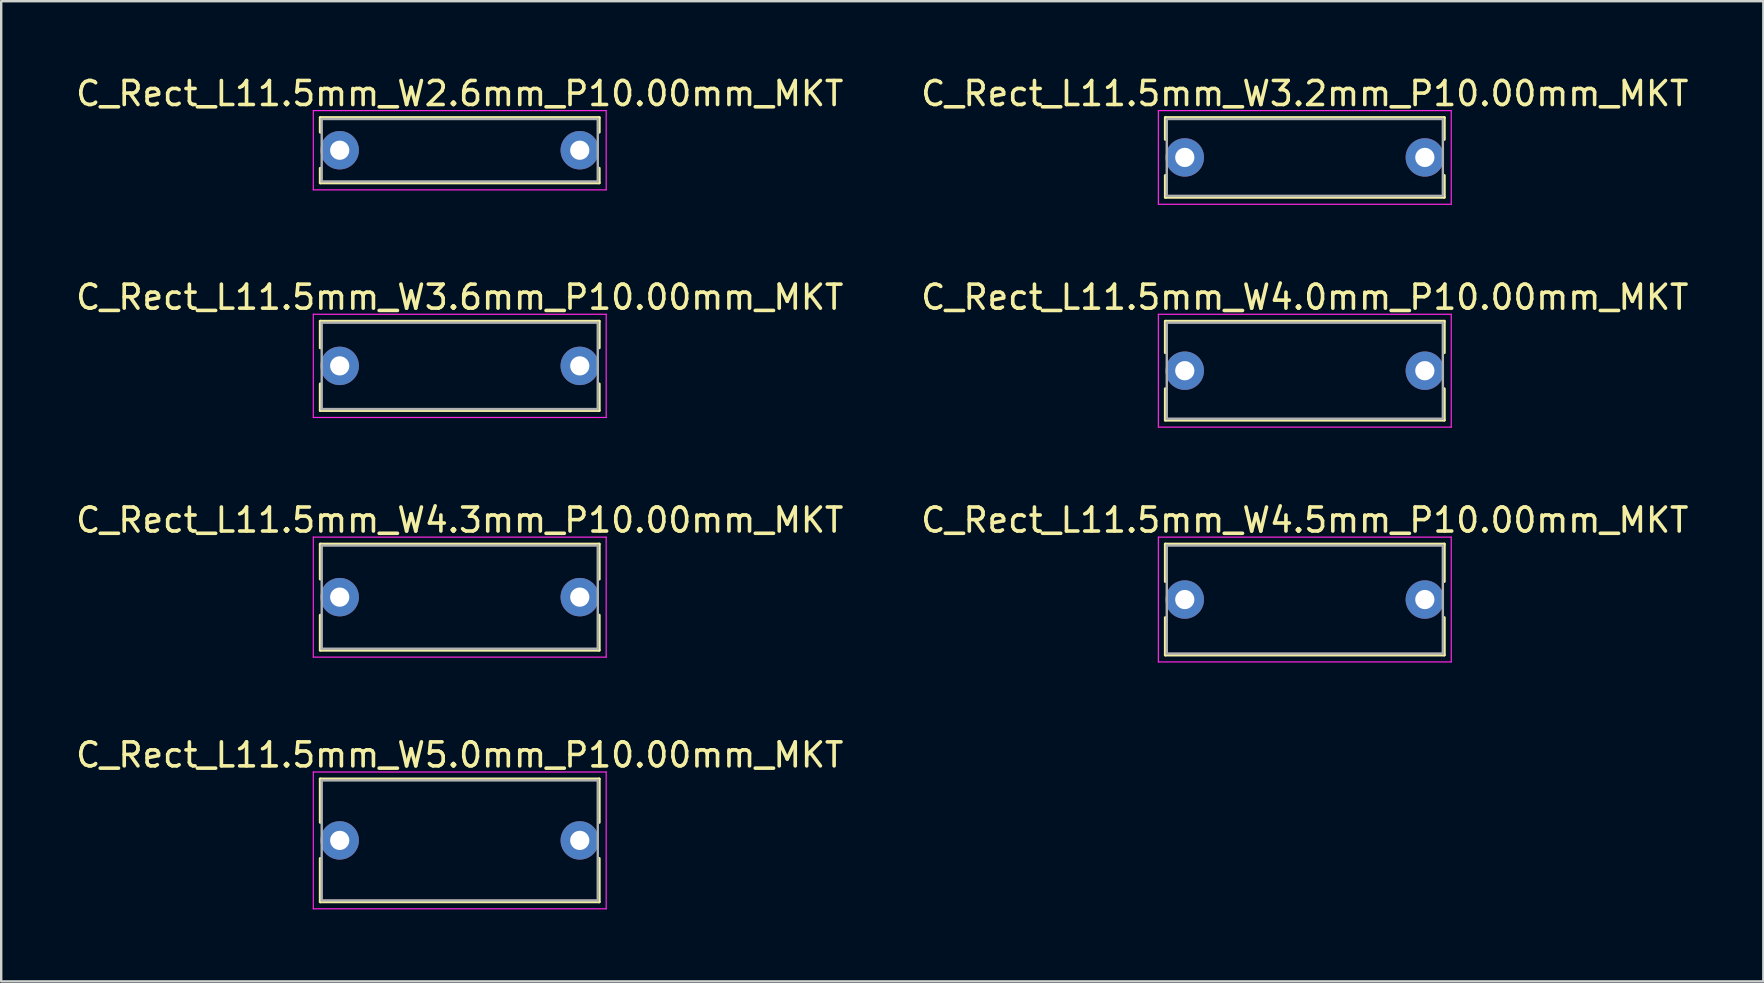
<source format=kicad_pcb>
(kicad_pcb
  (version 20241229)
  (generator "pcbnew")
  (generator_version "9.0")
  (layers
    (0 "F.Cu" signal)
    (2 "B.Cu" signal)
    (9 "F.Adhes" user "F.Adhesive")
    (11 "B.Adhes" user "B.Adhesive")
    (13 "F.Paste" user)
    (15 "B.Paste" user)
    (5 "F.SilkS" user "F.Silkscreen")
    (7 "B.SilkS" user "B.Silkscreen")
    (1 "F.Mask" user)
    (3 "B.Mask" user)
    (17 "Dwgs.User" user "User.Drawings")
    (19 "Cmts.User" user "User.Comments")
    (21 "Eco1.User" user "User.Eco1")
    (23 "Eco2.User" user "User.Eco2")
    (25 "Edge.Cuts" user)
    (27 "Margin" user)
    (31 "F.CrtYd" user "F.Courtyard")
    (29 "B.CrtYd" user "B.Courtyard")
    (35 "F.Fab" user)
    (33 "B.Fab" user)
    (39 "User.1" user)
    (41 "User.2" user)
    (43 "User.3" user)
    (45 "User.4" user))
  (footprint "C_Rect_L11.5mm_W2.6mm_P10.00mm_MKT"
    (layer "F.Cu")
    (at 11.101 3.208)
    (property "Reference" "C_Rect_L11.5mm_W2.6mm_P10.00mm_MKT" (at 5 -2.36 0) (layer "F.SilkS") (effects (font (size 1 1) (thickness 0.15))))
    (attr through_hole)
    (fp_line (start -0.81 -1.36) (end -0.81 -0.75) (stroke (width 0.12) (type solid)) (layer "F.SilkS"))
    (fp_line (start -0.81 -1.36) (end 10.81 -1.36) (stroke (width 0.12) (type solid)) (layer "F.SilkS"))
    (fp_line (start -0.81 0.75) (end -0.81 1.36) (stroke (width 0.12) (type solid)) (layer "F.SilkS"))
    (fp_line (start -0.81 1.36) (end 10.81 1.36) (stroke (width 0.12) (type solid)) (layer "F.SilkS"))
    (fp_line (start 10.81 -1.36) (end 10.81 -0.75) (stroke (width 0.12) (type solid)) (layer "F.SilkS"))
    (fp_line (start 10.81 0.75) (end 10.81 1.36) (stroke (width 0.12) (type solid)) (layer "F.SilkS"))
    (fp_line (start -1.1 -1.65) (end -1.1 1.65) (stroke (width 0.05) (type solid)) (layer "F.CrtYd"))
    (fp_line (start -1.1 1.65) (end 11.1 1.65) (stroke (width 0.05) (type solid)) (layer "F.CrtYd"))
    (fp_line (start 11.1 -1.65) (end -1.1 -1.65) (stroke (width 0.05) (type solid)) (layer "F.CrtYd"))
    (fp_line (start 11.1 1.65) (end 11.1 -1.65) (stroke (width 0.05) (type solid)) (layer "F.CrtYd"))
    (fp_line (start -0.75 -1.3) (end -0.75 1.3) (stroke (width 0.1) (type solid)) (layer "F.Fab"))
    (fp_line (start -0.75 1.3) (end 10.75 1.3) (stroke (width 0.1) (type solid)) (layer "F.Fab"))
    (fp_line (start 10.75 -1.3) (end -0.75 -1.3) (stroke (width 0.1) (type solid)) (layer "F.Fab"))
    (fp_line (start 10.75 1.3) (end 10.75 -1.3) (stroke (width 0.1) (type solid)) (layer "F.Fab"))
    (pad "1" thru_hole circle (at 0 0) (size 1.6 1.6) (drill 0.8) (layers "*.Cu" "*.Mask"))
    (pad "2" thru_hole circle (at 10 0) (size 1.6 1.6) (drill 0.8) (layers "*.Cu" "*.Mask")))
  (footprint "C_Rect_L11.5mm_W5.0mm_P10.00mm_MKT"
    (layer "F.Cu")
    (at 11.101 31.958)
    (property "Reference" "C_Rect_L11.5mm_W5.0mm_P10.00mm_MKT" (at 5 -3.56 0) (layer "F.SilkS") (effects (font (size 1 1) (thickness 0.15))))
    (attr through_hole)
    (fp_line (start -0.81 -2.56) (end -0.81 -0.75) (stroke (width 0.12) (type solid)) (layer "F.SilkS"))
    (fp_line (start -0.81 -2.56) (end 10.81 -2.56) (stroke (width 0.12) (type solid)) (layer "F.SilkS"))
    (fp_line (start -0.81 0.75) (end -0.81 2.56) (stroke (width 0.12) (type solid)) (layer "F.SilkS"))
    (fp_line (start -0.81 2.56) (end 10.81 2.56) (stroke (width 0.12) (type solid)) (layer "F.SilkS"))
    (fp_line (start 10.81 -2.56) (end 10.81 -0.75) (stroke (width 0.12) (type solid)) (layer "F.SilkS"))
    (fp_line (start 10.81 0.75) (end 10.81 2.56) (stroke (width 0.12) (type solid)) (layer "F.SilkS"))
    (fp_line (start -1.1 -2.85) (end -1.1 2.85) (stroke (width 0.05) (type solid)) (layer "F.CrtYd"))
    (fp_line (start -1.1 2.85) (end 11.1 2.85) (stroke (width 0.05) (type solid)) (layer "F.CrtYd"))
    (fp_line (start 11.1 -2.85) (end -1.1 -2.85) (stroke (width 0.05) (type solid)) (layer "F.CrtYd"))
    (fp_line (start 11.1 2.85) (end 11.1 -2.85) (stroke (width 0.05) (type solid)) (layer "F.CrtYd"))
    (fp_line (start -0.75 -2.5) (end -0.75 2.5) (stroke (width 0.1) (type solid)) (layer "F.Fab"))
    (fp_line (start -0.75 2.5) (end 10.75 2.5) (stroke (width 0.1) (type solid)) (layer "F.Fab"))
    (fp_line (start 10.75 -2.5) (end -0.75 -2.5) (stroke (width 0.1) (type solid)) (layer "F.Fab"))
    (fp_line (start 10.75 2.5) (end 10.75 -2.5) (stroke (width 0.1) (type solid)) (layer "F.Fab"))
    (pad "1" thru_hole circle (at 0 0) (size 1.6 1.6) (drill 0.8) (layers "*.Cu" "*.Mask"))
    (pad "2" thru_hole circle (at 10 0) (size 1.6 1.6) (drill 0.8) (layers "*.Cu" "*.Mask")))
  (footprint "C_Rect_L11.5mm_W4.3mm_P10.00mm_MKT"
    (layer "F.Cu")
    (at 11.101 21.825)
    (property "Reference" "C_Rect_L11.5mm_W4.3mm_P10.00mm_MKT" (at 5 -3.21 0) (layer "F.SilkS") (effects (font (size 1 1) (thickness 0.15))))
    (attr through_hole)
    (fp_line (start -0.81 -2.21) (end -0.81 -0.75) (stroke (width 0.12) (type solid)) (layer "F.SilkS"))
    (fp_line (start -0.81 -2.21) (end 10.81 -2.21) (stroke (width 0.12) (type solid)) (layer "F.SilkS"))
    (fp_line (start -0.81 0.75) (end -0.81 2.21) (stroke (width 0.12) (type solid)) (layer "F.SilkS"))
    (fp_line (start -0.81 2.21) (end 10.81 2.21) (stroke (width 0.12) (type solid)) (layer "F.SilkS"))
    (fp_line (start 10.81 -2.21) (end 10.81 -0.75) (stroke (width 0.12) (type solid)) (layer "F.SilkS"))
    (fp_line (start 10.81 0.75) (end 10.81 2.21) (stroke (width 0.12) (type solid)) (layer "F.SilkS"))
    (fp_line (start -1.1 -2.5) (end -1.1 2.5) (stroke (width 0.05) (type solid)) (layer "F.CrtYd"))
    (fp_line (start -1.1 2.5) (end 11.1 2.5) (stroke (width 0.05) (type solid)) (layer "F.CrtYd"))
    (fp_line (start 11.1 -2.5) (end -1.1 -2.5) (stroke (width 0.05) (type solid)) (layer "F.CrtYd"))
    (fp_line (start 11.1 2.5) (end 11.1 -2.5) (stroke (width 0.05) (type solid)) (layer "F.CrtYd"))
    (fp_line (start -0.75 -2.15) (end -0.75 2.15) (stroke (width 0.1) (type solid)) (layer "F.Fab"))
    (fp_line (start -0.75 2.15) (end 10.75 2.15) (stroke (width 0.1) (type solid)) (layer "F.Fab"))
    (fp_line (start 10.75 -2.15) (end -0.75 -2.15) (stroke (width 0.1) (type solid)) (layer "F.Fab"))
    (fp_line (start 10.75 2.15) (end 10.75 -2.15) (stroke (width 0.1) (type solid)) (layer "F.Fab"))
    (pad "1" thru_hole circle (at 0 0) (size 1.6 1.6) (drill 0.8) (layers "*.Cu" "*.Mask"))
    (pad "2" thru_hole circle (at 10 0) (size 1.6 1.6) (drill 0.8) (layers "*.Cu" "*.Mask")))
  (footprint "C_Rect_L11.5mm_W4.0mm_P10.00mm_MKT"
    (layer "F.Cu")
    (at 46.304 12.392)
    (property "Reference" "C_Rect_L11.5mm_W4.0mm_P10.00mm_MKT" (at 5 -3.06 0) (layer "F.SilkS") (effects (font (size 1 1) (thickness 0.15))))
    (attr through_hole)
    (fp_line (start -0.81 -2.06) (end -0.81 -0.75) (stroke (width 0.12) (type solid)) (layer "F.SilkS"))
    (fp_line (start -0.81 -2.06) (end 10.81 -2.06) (stroke (width 0.12) (type solid)) (layer "F.SilkS"))
    (fp_line (start -0.81 0.75) (end -0.81 2.06) (stroke (width 0.12) (type solid)) (layer "F.SilkS"))
    (fp_line (start -0.81 2.06) (end 10.81 2.06) (stroke (width 0.12) (type solid)) (layer "F.SilkS"))
    (fp_line (start 10.81 -2.06) (end 10.81 -0.75) (stroke (width 0.12) (type solid)) (layer "F.SilkS"))
    (fp_line (start 10.81 0.75) (end 10.81 2.06) (stroke (width 0.12) (type solid)) (layer "F.SilkS"))
    (fp_line (start -1.1 -2.35) (end -1.1 2.35) (stroke (width 0.05) (type solid)) (layer "F.CrtYd"))
    (fp_line (start -1.1 2.35) (end 11.1 2.35) (stroke (width 0.05) (type solid)) (layer "F.CrtYd"))
    (fp_line (start 11.1 -2.35) (end -1.1 -2.35) (stroke (width 0.05) (type solid)) (layer "F.CrtYd"))
    (fp_line (start 11.1 2.35) (end 11.1 -2.35) (stroke (width 0.05) (type solid)) (layer "F.CrtYd"))
    (fp_line (start -0.75 -2) (end -0.75 2) (stroke (width 0.1) (type solid)) (layer "F.Fab"))
    (fp_line (start -0.75 2) (end 10.75 2) (stroke (width 0.1) (type solid)) (layer "F.Fab"))
    (fp_line (start 10.75 -2) (end -0.75 -2) (stroke (width 0.1) (type solid)) (layer "F.Fab"))
    (fp_line (start 10.75 2) (end 10.75 -2) (stroke (width 0.1) (type solid)) (layer "F.Fab"))
    (pad "1" thru_hole circle (at 0 0) (size 1.6 1.6) (drill 0.8) (layers "*.Cu" "*.Mask"))
    (pad "2" thru_hole circle (at 10 0) (size 1.6 1.6) (drill 0.8) (layers "*.Cu" "*.Mask")))
  (footprint "C_Rect_L11.5mm_W4.5mm_P10.00mm_MKT"
    (layer "F.Cu")
    (at 46.304 21.925)
    (property "Reference" "C_Rect_L11.5mm_W4.5mm_P10.00mm_MKT" (at 5 -3.31 0) (layer "F.SilkS") (effects (font (size 1 1) (thickness 0.15))))
    (attr through_hole)
    (fp_line (start -0.81 -2.31) (end -0.81 -0.75) (stroke (width 0.12) (type solid)) (layer "F.SilkS"))
    (fp_line (start -0.81 -2.31) (end 10.81 -2.31) (stroke (width 0.12) (type solid)) (layer "F.SilkS"))
    (fp_line (start -0.81 0.75) (end -0.81 2.31) (stroke (width 0.12) (type solid)) (layer "F.SilkS"))
    (fp_line (start -0.81 2.31) (end 10.81 2.31) (stroke (width 0.12) (type solid)) (layer "F.SilkS"))
    (fp_line (start 10.81 -2.31) (end 10.81 -0.75) (stroke (width 0.12) (type solid)) (layer "F.SilkS"))
    (fp_line (start 10.81 0.75) (end 10.81 2.31) (stroke (width 0.12) (type solid)) (layer "F.SilkS"))
    (fp_line (start -1.1 -2.6) (end -1.1 2.6) (stroke (width 0.05) (type solid)) (layer "F.CrtYd"))
    (fp_line (start -1.1 2.6) (end 11.1 2.6) (stroke (width 0.05) (type solid)) (layer "F.CrtYd"))
    (fp_line (start 11.1 -2.6) (end -1.1 -2.6) (stroke (width 0.05) (type solid)) (layer "F.CrtYd"))
    (fp_line (start 11.1 2.6) (end 11.1 -2.6) (stroke (width 0.05) (type solid)) (layer "F.CrtYd"))
    (fp_line (start -0.75 -2.25) (end -0.75 2.25) (stroke (width 0.1) (type solid)) (layer "F.Fab"))
    (fp_line (start -0.75 2.25) (end 10.75 2.25) (stroke (width 0.1) (type solid)) (layer "F.Fab"))
    (fp_line (start 10.75 -2.25) (end -0.75 -2.25) (stroke (width 0.1) (type solid)) (layer "F.Fab"))
    (fp_line (start 10.75 2.25) (end 10.75 -2.25) (stroke (width 0.1) (type solid)) (layer "F.Fab"))
    (pad "1" thru_hole circle (at 0 0) (size 1.6 1.6) (drill 0.8) (layers "*.Cu" "*.Mask"))
    (pad "2" thru_hole circle (at 10 0) (size 1.6 1.6) (drill 0.8) (layers "*.Cu" "*.Mask")))
  (footprint "C_Rect_L11.5mm_W3.2mm_P10.00mm_MKT"
    (layer "F.Cu")
    (at 46.304 3.508)
    (property "Reference" "C_Rect_L11.5mm_W3.2mm_P10.00mm_MKT" (at 5 -2.66 0) (layer "F.SilkS") (effects (font (size 1 1) (thickness 0.15))))
    (attr through_hole)
    (fp_line (start -0.81 -1.66) (end -0.81 -0.75) (stroke (width 0.12) (type solid)) (layer "F.SilkS"))
    (fp_line (start -0.81 -1.66) (end 10.81 -1.66) (stroke (width 0.12) (type solid)) (layer "F.SilkS"))
    (fp_line (start -0.81 0.75) (end -0.81 1.66) (stroke (width 0.12) (type solid)) (layer "F.SilkS"))
    (fp_line (start -0.81 1.66) (end 10.81 1.66) (stroke (width 0.12) (type solid)) (layer "F.SilkS"))
    (fp_line (start 10.81 -1.66) (end 10.81 -0.75) (stroke (width 0.12) (type solid)) (layer "F.SilkS"))
    (fp_line (start 10.81 0.75) (end 10.81 1.66) (stroke (width 0.12) (type solid)) (layer "F.SilkS"))
    (fp_line (start -1.1 -1.95) (end -1.1 1.95) (stroke (width 0.05) (type solid)) (layer "F.CrtYd"))
    (fp_line (start -1.1 1.95) (end 11.1 1.95) (stroke (width 0.05) (type solid)) (layer "F.CrtYd"))
    (fp_line (start 11.1 -1.95) (end -1.1 -1.95) (stroke (width 0.05) (type solid)) (layer "F.CrtYd"))
    (fp_line (start 11.1 1.95) (end 11.1 -1.95) (stroke (width 0.05) (type solid)) (layer "F.CrtYd"))
    (fp_line (start -0.75 -1.6) (end -0.75 1.6) (stroke (width 0.1) (type solid)) (layer "F.Fab"))
    (fp_line (start -0.75 1.6) (end 10.75 1.6) (stroke (width 0.1) (type solid)) (layer "F.Fab"))
    (fp_line (start 10.75 -1.6) (end -0.75 -1.6) (stroke (width 0.1) (type solid)) (layer "F.Fab"))
    (fp_line (start 10.75 1.6) (end 10.75 -1.6) (stroke (width 0.1) (type solid)) (layer "F.Fab"))
    (pad "1" thru_hole circle (at 0 0) (size 1.6 1.6) (drill 0.8) (layers "*.Cu" "*.Mask"))
    (pad "2" thru_hole circle (at 10 0) (size 1.6 1.6) (drill 0.8) (layers "*.Cu" "*.Mask")))
  (footprint "C_Rect_L11.5mm_W3.6mm_P10.00mm_MKT"
    (layer "F.Cu")
    (at 11.101 12.191)
    (property "Reference" "C_Rect_L11.5mm_W3.6mm_P10.00mm_MKT" (at 5 -2.86 0) (layer "F.SilkS") (effects (font (size 1 1) (thickness 0.15))))
    (attr through_hole)
    (fp_line (start -0.81 -1.86) (end -0.81 -0.75) (stroke (width 0.12) (type solid)) (layer "F.SilkS"))
    (fp_line (start -0.81 -1.86) (end 10.81 -1.86) (stroke (width 0.12) (type solid)) (layer "F.SilkS"))
    (fp_line (start -0.81 0.75) (end -0.81 1.86) (stroke (width 0.12) (type solid)) (layer "F.SilkS"))
    (fp_line (start -0.81 1.86) (end 10.81 1.86) (stroke (width 0.12) (type solid)) (layer "F.SilkS"))
    (fp_line (start 10.81 -1.86) (end 10.81 -0.75) (stroke (width 0.12) (type solid)) (layer "F.SilkS"))
    (fp_line (start 10.81 0.75) (end 10.81 1.86) (stroke (width 0.12) (type solid)) (layer "F.SilkS"))
    (fp_line (start -1.1 -2.15) (end -1.1 2.15) (stroke (width 0.05) (type solid)) (layer "F.CrtYd"))
    (fp_line (start -1.1 2.15) (end 11.1 2.15) (stroke (width 0.05) (type solid)) (layer "F.CrtYd"))
    (fp_line (start 11.1 -2.15) (end -1.1 -2.15) (stroke (width 0.05) (type solid)) (layer "F.CrtYd"))
    (fp_line (start 11.1 2.15) (end 11.1 -2.15) (stroke (width 0.05) (type solid)) (layer "F.CrtYd"))
    (fp_line (start -0.75 -1.8) (end -0.75 1.8) (stroke (width 0.1) (type solid)) (layer "F.Fab"))
    (fp_line (start -0.75 1.8) (end 10.75 1.8) (stroke (width 0.1) (type solid)) (layer "F.Fab"))
    (fp_line (start 10.75 -1.8) (end -0.75 -1.8) (stroke (width 0.1) (type solid)) (layer "F.Fab"))
    (fp_line (start 10.75 1.8) (end 10.75 -1.8) (stroke (width 0.1) (type solid)) (layer "F.Fab"))
    (pad "1" thru_hole circle (at 0 0) (size 1.6 1.6) (drill 0.8) (layers "*.Cu" "*.Mask"))
    (pad "2" thru_hole circle (at 10 0) (size 1.6 1.6) (drill 0.8) (layers "*.Cu" "*.Mask")))
  (gr_rect
    (start -3 -3)
    (end 70.405 37.833)
    (stroke (width 0.1) (type default))
    (fill no)
    (layer "Edge.Cuts")))
</source>
